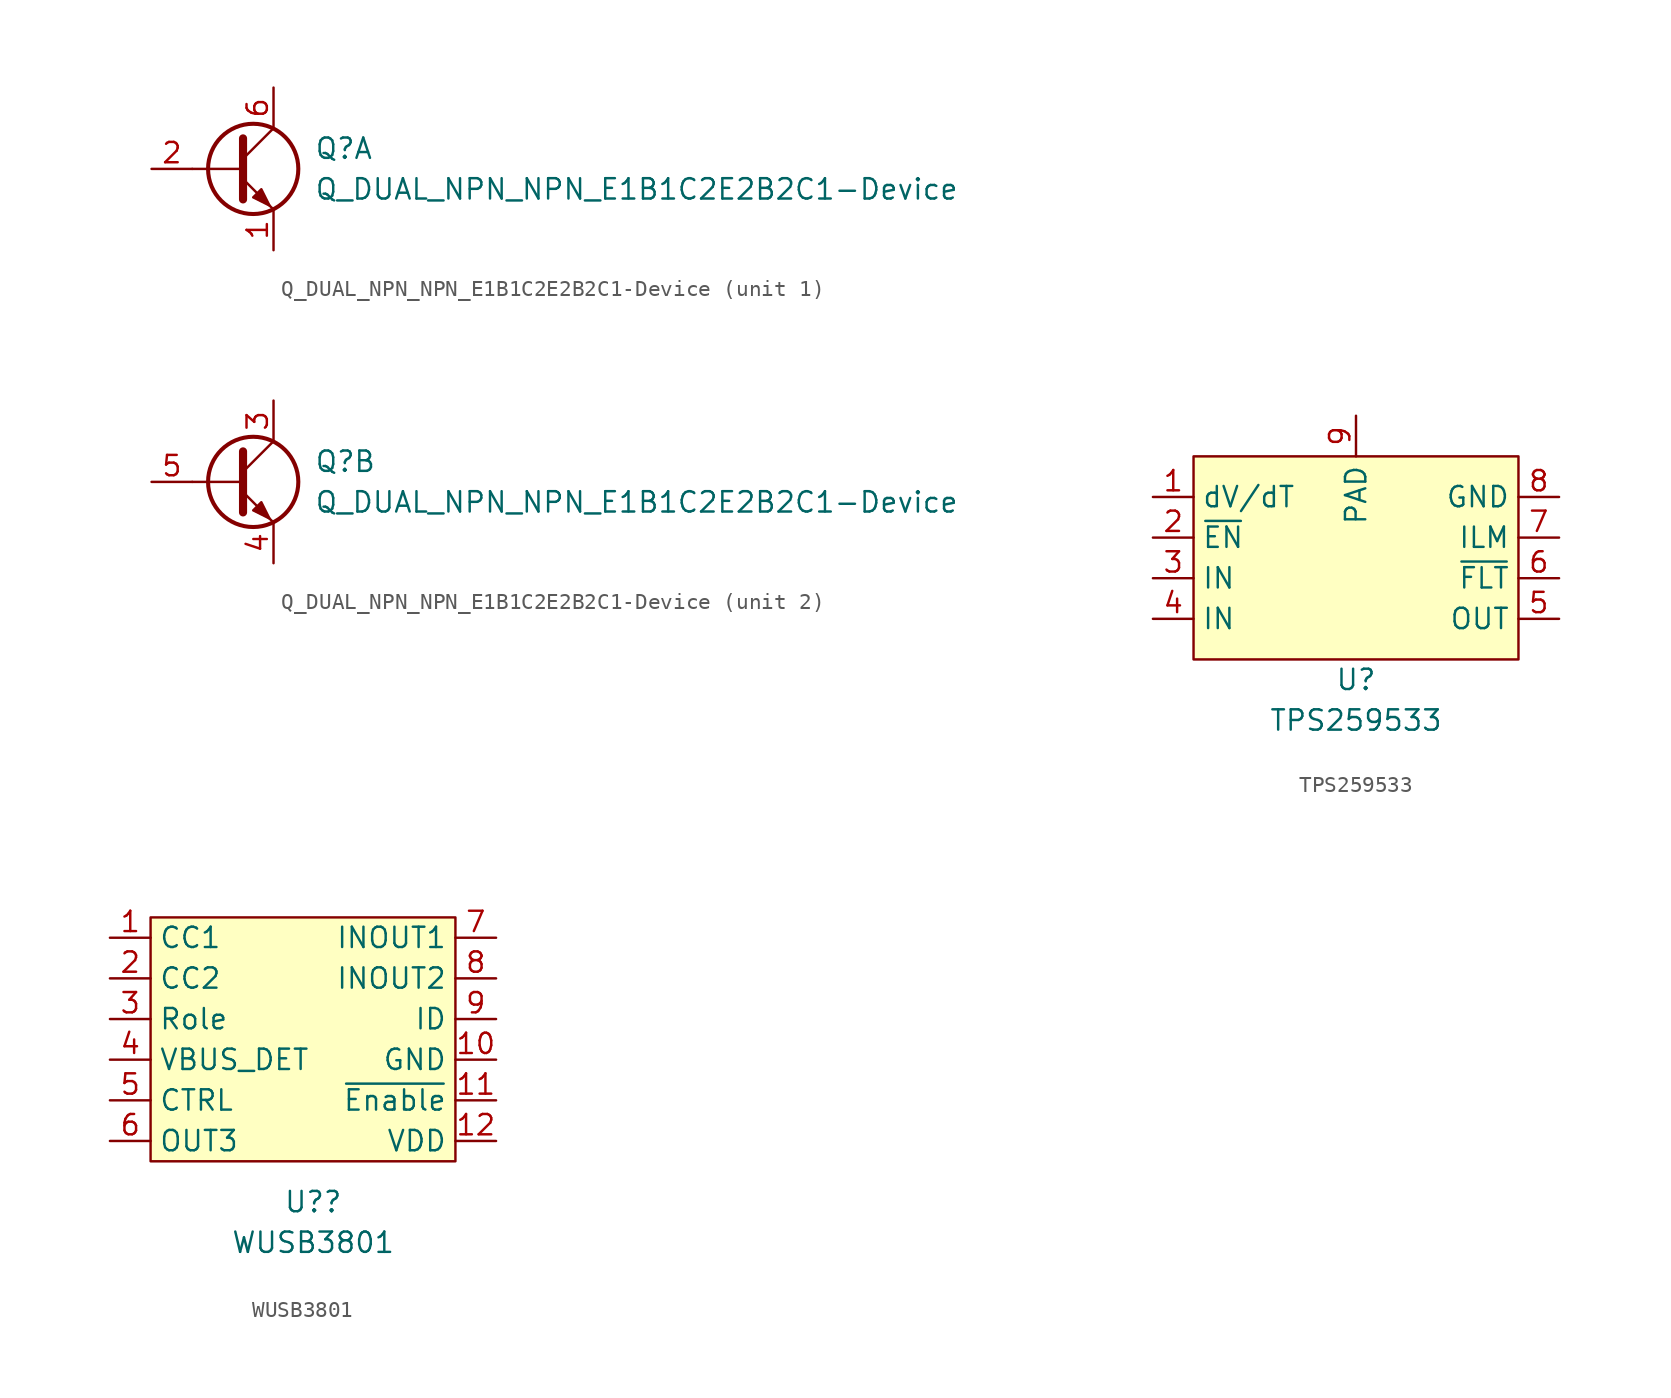
<source format=kicad_sym>
(kicad_symbol_lib
  (version 20211014)
  (generator kicad_symbol_editor)
  (symbol "Q_DUAL_NPN_NPN_E1B1C2E2B2C1-Device"
    (pin_names
      (offset 0) hide)
    (property "Reference" "Q"
      (at 5.08 1.27 0)
      (effects (font (size 1.27 1.27)) (justify left)))
    (property "Value" "Q_DUAL_NPN_NPN_E1B1C2E2B2C1-Device"
      (at 5.08 -1.27 0)
      (effects (font (size 1.27 1.27)) (justify left)))
    (property "ki_locked" ""
      (at 0 0 0)
      (effects (font (size 1.27 1.27))))
    (symbol "Q_DUAL_NPN_NPN_E1B1C2E2B2C1-Device_0_1"
      (polyline (pts (xy 0.635 0) (xy -2.54 0)) (stroke (width 0) (type default) (color 0 0 0 0)) (fill (type none)))
      (polyline (pts (xy 0.635 0.635) (xy 2.54 2.54)) (stroke (width 0) (type default) (color 0 0 0 0)) (fill (type none)))
      (polyline (pts (xy 0.635 -0.635) (xy 2.54 -2.54) (xy 2.54 -2.54)) (stroke (width 0) (type default) (color 0 0 0 0)) (fill (type none)))
      (polyline (pts (xy 0.635 1.905) (xy 0.635 -1.905) (xy 0.635 -1.905)) (stroke (width 0.508) (type default) (color 0 0 0 0)) (fill (type none)))
      (polyline (pts (xy 1.27 -1.778) (xy 1.778 -1.27) (xy 2.286 -2.286) (xy 1.27 -1.778) (xy 1.27 -1.778)) (stroke (width 0) (type default) (color 0 0 0 0)) (fill (type outline)))
      (circle (center 1.27 0) (radius 2.819) (stroke (width 0.254) (type default) (color 0 0 0 0)) (fill (type none))))
    (symbol "Q_DUAL_NPN_NPN_E1B1C2E2B2C1-Device_1_1"
      (pin passive line (at 2.54 -5.08 90) (length 2.54) (name "E1" (effects (font (size 1.27 1.27)))) (number "1" (effects (font (size 1.27 1.27)))))
      (pin input line (at -5.08 0 0) (length 2.54) (name "B1" (effects (font (size 1.27 1.27)))) (number "2" (effects (font (size 1.27 1.27)))))
      (pin passive line (at 2.54 5.08 270) (length 2.54) (name "C1" (effects (font (size 1.27 1.27)))) (number "6" (effects (font (size 1.27 1.27))))))
    (symbol "Q_DUAL_NPN_NPN_E1B1C2E2B2C1-Device_2_1"
      (pin passive line (at 2.54 5.08 270) (length 2.54) (name "C2" (effects (font (size 1.27 1.27)))) (number "3" (effects (font (size 1.27 1.27)))))
      (pin passive line (at 2.54 -5.08 90) (length 2.54) (name "E2" (effects (font (size 1.27 1.27)))) (number "4" (effects (font (size 1.27 1.27)))))
      (pin input line (at -5.08 0 0) (length 2.54) (name "B2" (effects (font (size 1.27 1.27)))) (number "5" (effects (font (size 1.27 1.27)))))))
  (symbol "TPS259533"
    (property "Reference" "U"
      (at 0 -1.27 0)
      (effects (font (size 1.27 1.27))))
    (property "Value" "TPS259533"
      (at 0 -3.81 0)
      (effects (font (size 1.27 1.27))))
    (symbol "TPS259533_0_1"
      (rectangle (start -10.16 0) (end 10.16 12.7) (stroke (width 0.152) (type default) (color 0 0 0 0)) (fill (type background))))
    (symbol "TPS259533_1_1"
      (pin bidirectional line (at -12.7 10.16 0) (length 2.54) (name "dV/dT" (effects (font (size 1.27 1.27)))) (number "1" (effects (font (size 1.27 1.27)))))
      (pin input line (at -12.7 7.62 0) (length 2.54) (name "~{EN}" (effects (font (size 1.27 1.27)))) (number "2" (effects (font (size 1.27 1.27)))))
      (pin power_in line (at -12.7 5.08 0) (length 2.54) (name "IN" (effects (font (size 1.27 1.27)))) (number "3" (effects (font (size 1.27 1.27)))))
      (pin power_in line (at -12.7 2.54 0) (length 2.54) (name "IN" (effects (font (size 1.27 1.27)))) (number "4" (effects (font (size 1.27 1.27)))))
      (pin power_out line (at 12.7 2.54 180) (length 2.54) (name "OUT" (effects (font (size 1.27 1.27)))) (number "5" (effects (font (size 1.27 1.27)))))
      (pin open_collector line (at 12.7 5.08 180) (length 2.54) (name "~{FLT}" (effects (font (size 1.27 1.27)))) (number "6" (effects (font (size 1.27 1.27)))))
      (pin bidirectional line (at 12.7 7.62 180) (length 2.54) (name "ILM" (effects (font (size 1.27 1.27)))) (number "7" (effects (font (size 1.27 1.27)))))
      (pin bidirectional line (at 12.7 10.16 180) (length 2.54) (name "GND" (effects (font (size 1.27 1.27)))) (number "8" (effects (font (size 1.27 1.27)))))
      (pin bidirectional line (at 0 15.24 270) (length 2.54) (name "PAD" (effects (font (size 1.27 1.27)))) (number "9" (effects (font (size 1.27 1.27)))))))
  (symbol "WUSB3801"
    (property "Reference" "U?"
      (at 0 -10.16 0)
      (effects (font (size 1.27 1.27))))
    (property "Value" "WUSB3801"
      (at 0 -12.7 0)
      (effects (font (size 1.27 1.27))))
    (symbol "WUSB3801_0_1"
      (rectangle (start -10.16 7.62) (end 8.89 -7.62) (stroke (width 0.152) (type default) (color 0 0 0 0)) (fill (type background))))
    (symbol "WUSB3801_1_1"
      (pin bidirectional line (at -12.7 6.35 0) (length 2.54) (name "CC1" (effects (font (size 1.27 1.27)))) (number "1" (effects (font (size 1.27 1.27)))))
      (pin power_out line (at 11.43 -1.27 180) (length 2.54) (name "GND" (effects (font (size 1.27 1.27)))) (number "10" (effects (font (size 1.27 1.27)))))
      (pin input line (at 11.43 -3.81 180) (length 2.54) (name "~{Enable}" (effects (font (size 1.27 1.27)))) (number "11" (effects (font (size 1.27 1.27)))))
      (pin power_in line (at 11.43 -6.35 180) (length 2.54) (name "VDD" (effects (font (size 1.27 1.27)))) (number "12" (effects (font (size 1.27 1.27)))))
      (pin bidirectional line (at -12.7 3.81 0) (length 2.54) (name "CC2" (effects (font (size 1.27 1.27)))) (number "2" (effects (font (size 1.27 1.27)))))
      (pin input line (at -12.7 1.27 0) (length 2.54) (name "Role" (effects (font (size 1.27 1.27)))) (number "3" (effects (font (size 1.27 1.27)))))
      (pin power_in line (at -12.7 -1.27 0) (length 2.54) (name "VBUS_DET" (effects (font (size 1.27 1.27)))) (number "4" (effects (font (size 1.27 1.27)))))
      (pin input line (at -12.7 -3.81 0) (length 2.54) (name "CTRL" (effects (font (size 1.27 1.27)))) (number "5" (effects (font (size 1.27 1.27)))))
      (pin output line (at -12.7 -6.35 0) (length 2.54) (name "OUT3" (effects (font (size 1.27 1.27)))) (number "6" (effects (font (size 1.27 1.27)))))
      (pin bidirectional line (at 11.43 6.35 180) (length 2.54) (name "INOUT1" (effects (font (size 1.27 1.27)))) (number "7" (effects (font (size 1.27 1.27)))))
      (pin bidirectional line (at 11.43 3.81 180) (length 2.54) (name "INOUT2" (effects (font (size 1.27 1.27)))) (number "8" (effects (font (size 1.27 1.27)))))
      (pin output line (at 11.43 1.27 180) (length 2.54) (name "ID" (effects (font (size 1.27 1.27)))) (number "9" (effects (font (size 1.27 1.27))))))))
</source>
